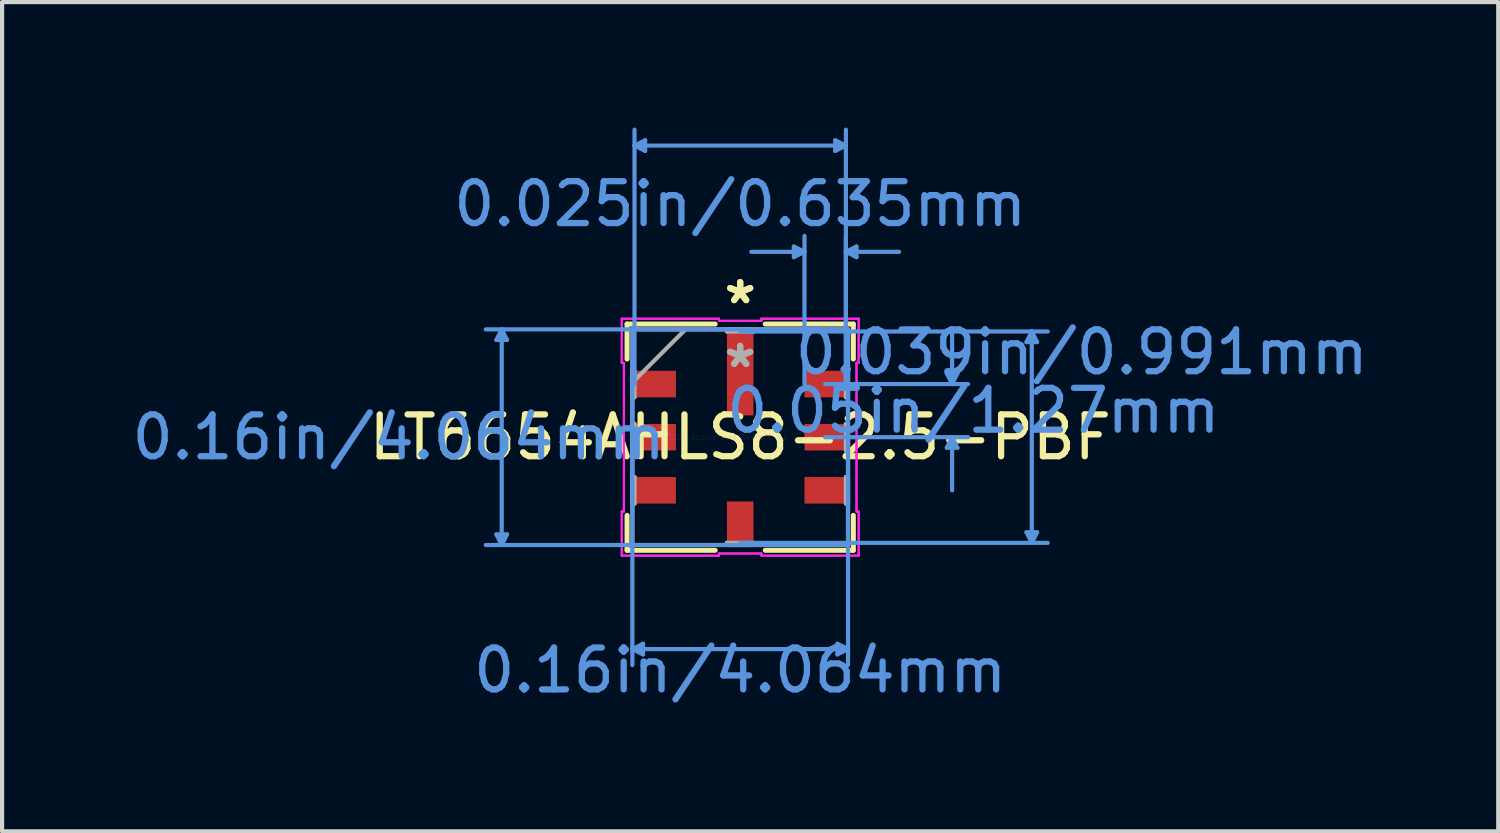
<source format=kicad_pcb>
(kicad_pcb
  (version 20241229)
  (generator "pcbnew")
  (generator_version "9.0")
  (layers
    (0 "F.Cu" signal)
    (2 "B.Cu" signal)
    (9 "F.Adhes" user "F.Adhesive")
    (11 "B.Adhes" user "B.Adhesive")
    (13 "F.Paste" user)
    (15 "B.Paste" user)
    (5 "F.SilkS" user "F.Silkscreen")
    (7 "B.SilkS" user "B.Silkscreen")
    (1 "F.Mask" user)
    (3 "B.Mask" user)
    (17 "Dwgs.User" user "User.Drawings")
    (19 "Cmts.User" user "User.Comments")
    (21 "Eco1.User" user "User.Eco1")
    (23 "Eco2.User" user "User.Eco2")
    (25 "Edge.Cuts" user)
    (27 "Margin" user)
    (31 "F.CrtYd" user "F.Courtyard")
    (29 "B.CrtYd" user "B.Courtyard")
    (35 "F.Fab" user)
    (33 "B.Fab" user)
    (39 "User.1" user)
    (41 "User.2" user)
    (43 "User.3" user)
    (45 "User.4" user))
  (footprint "LT6654AHLS8-2.5-PBF"
    (layer "F.Cu")
    (at 14.648 7.403)
    (property "Reference" "LT6654AHLS8-2.5-PBF" (at 0 0 0) (layer "F.SilkS") (effects (font (size 1 1) (thickness 0.15))))
    (attr through_hole)
    (fp_line (start -2.705 -2.705) (end -2.705 -1.869) (stroke (width 0.12) (type solid)) (layer "F.SilkS"))
    (fp_line (start -2.705 1.869) (end -2.705 2.705) (stroke (width 0.12) (type solid)) (layer "F.SilkS"))
    (fp_line (start -2.705 2.705) (end -0.599 2.705) (stroke (width 0.12) (type solid)) (layer "F.SilkS"))
    (fp_line (start -0.599 -2.705) (end -2.705 -2.705) (stroke (width 0.12) (type solid)) (layer "F.SilkS"))
    (fp_line (start 0.599 2.705) (end 2.705 2.705) (stroke (width 0.12) (type solid)) (layer "F.SilkS"))
    (fp_line (start 2.705 -2.705) (end 0.599 -2.705) (stroke (width 0.12) (type solid)) (layer "F.SilkS"))
    (fp_line (start 2.705 -1.869) (end 2.705 -2.705) (stroke (width 0.12) (type solid)) (layer "F.SilkS"))
    (fp_line (start 2.705 2.705) (end 2.705 1.869) (stroke (width 0.12) (type solid)) (layer "F.SilkS"))
    (fp_line (start -5.829 -2.324) (end -5.575 -2.324) (stroke (width 0.1) (type solid)) (layer "Cmts.User"))
    (fp_line (start -5.829 2.324) (end -5.575 2.324) (stroke (width 0.1) (type solid)) (layer "Cmts.User"))
    (fp_line (start -5.702 -2.578) (end -5.829 -2.324) (stroke (width 0.1) (type solid)) (layer "Cmts.User"))
    (fp_line (start -5.702 -2.578) (end -5.702 2.578) (stroke (width 0.1) (type solid)) (layer "Cmts.User"))
    (fp_line (start -5.702 -2.578) (end -5.575 -2.324) (stroke (width 0.1) (type solid)) (layer "Cmts.User"))
    (fp_line (start -5.702 2.578) (end -5.829 2.324) (stroke (width 0.1) (type solid)) (layer "Cmts.User"))
    (fp_line (start -5.702 2.578) (end -5.575 2.324) (stroke (width 0.1) (type solid)) (layer "Cmts.User"))
    (fp_line (start -2.578 -2.578) (end -2.578 5.448) (stroke (width 0.1) (type solid)) (layer "Cmts.User"))
    (fp_line (start -2.578 5.067) (end -2.324 4.94) (stroke (width 0.1) (type solid)) (layer "Cmts.User"))
    (fp_line (start -2.578 5.067) (end -2.324 5.194) (stroke (width 0.1) (type solid)) (layer "Cmts.User"))
    (fp_line (start -2.578 5.067) (end 2.578 5.067) (stroke (width 0.1) (type solid)) (layer "Cmts.User"))
    (fp_line (start -2.527 -6.972) (end -2.273 -7.099) (stroke (width 0.1) (type solid)) (layer "Cmts.User"))
    (fp_line (start -2.527 -6.972) (end -2.273 -6.845) (stroke (width 0.1) (type solid)) (layer "Cmts.User"))
    (fp_line (start -2.527 -6.972) (end 2.527 -6.972) (stroke (width 0.1) (type solid)) (layer "Cmts.User"))
    (fp_line (start -2.527 -1.27) (end -2.527 -7.353) (stroke (width 0.1) (type solid)) (layer "Cmts.User"))
    (fp_line (start -2.324 4.94) (end -2.324 5.194) (stroke (width 0.1) (type solid)) (layer "Cmts.User"))
    (fp_line (start -2.273 -7.099) (end -2.273 -6.845) (stroke (width 0.1) (type solid)) (layer "Cmts.User"))
    (fp_line (start 0 -2.527) (end 7.353 -2.527) (stroke (width 0.1) (type solid)) (layer "Cmts.User"))
    (fp_line (start 0 2.527) (end 7.353 2.527) (stroke (width 0.1) (type solid)) (layer "Cmts.User"))
    (fp_line (start 1.283 -4.559) (end 1.283 -4.305) (stroke (width 0.1) (type solid)) (layer "Cmts.User"))
    (fp_line (start 1.537 -4.432) (end 0.267 -4.432) (stroke (width 0.1) (type solid)) (layer "Cmts.User"))
    (fp_line (start 1.537 -4.432) (end 1.283 -4.559) (stroke (width 0.1) (type solid)) (layer "Cmts.User"))
    (fp_line (start 1.537 -4.432) (end 1.283 -4.305) (stroke (width 0.1) (type solid)) (layer "Cmts.User"))
    (fp_line (start 1.537 -1.27) (end 1.537 -4.813) (stroke (width 0.1) (type solid)) (layer "Cmts.User"))
    (fp_line (start 2.032 -1.27) (end 5.448 -1.27) (stroke (width 0.1) (type solid)) (layer "Cmts.User"))
    (fp_line (start 2.032 0) (end 5.448 0) (stroke (width 0.1) (type solid)) (layer "Cmts.User"))
    (fp_line (start 2.273 -7.099) (end 2.273 -6.845) (stroke (width 0.1) (type solid)) (layer "Cmts.User"))
    (fp_line (start 2.324 4.94) (end 2.324 5.194) (stroke (width 0.1) (type solid)) (layer "Cmts.User"))
    (fp_line (start 2.527 -6.972) (end 2.273 -7.099) (stroke (width 0.1) (type solid)) (layer "Cmts.User"))
    (fp_line (start 2.527 -6.972) (end 2.273 -6.845) (stroke (width 0.1) (type solid)) (layer "Cmts.User"))
    (fp_line (start 2.527 -4.432) (end 2.781 -4.559) (stroke (width 0.1) (type solid)) (layer "Cmts.User"))
    (fp_line (start 2.527 -4.432) (end 2.781 -4.305) (stroke (width 0.1) (type solid)) (layer "Cmts.User"))
    (fp_line (start 2.527 -4.432) (end 3.797 -4.432) (stroke (width 0.1) (type solid)) (layer "Cmts.User"))
    (fp_line (start 2.527 -1.27) (end 2.527 -7.353) (stroke (width 0.1) (type solid)) (layer "Cmts.User"))
    (fp_line (start 2.527 -1.27) (end 2.527 -4.813) (stroke (width 0.1) (type solid)) (layer "Cmts.User"))
    (fp_line (start 2.578 -2.578) (end -6.083 -2.578) (stroke (width 0.1) (type solid)) (layer "Cmts.User"))
    (fp_line (start 2.578 -2.578) (end 2.578 5.448) (stroke (width 0.1) (type solid)) (layer "Cmts.User"))
    (fp_line (start 2.578 2.578) (end -6.083 2.578) (stroke (width 0.1) (type solid)) (layer "Cmts.User"))
    (fp_line (start 2.578 5.067) (end 2.324 4.94) (stroke (width 0.1) (type solid)) (layer "Cmts.User"))
    (fp_line (start 2.578 5.067) (end 2.324 5.194) (stroke (width 0.1) (type solid)) (layer "Cmts.User"))
    (fp_line (start 2.781 -4.559) (end 2.781 -4.305) (stroke (width 0.1) (type solid)) (layer "Cmts.User"))
    (fp_line (start 4.94 -1.524) (end 5.194 -1.524) (stroke (width 0.1) (type solid)) (layer "Cmts.User"))
    (fp_line (start 4.94 0.254) (end 5.194 0.254) (stroke (width 0.1) (type solid)) (layer "Cmts.User"))
    (fp_line (start 5.067 -1.27) (end 4.94 -1.524) (stroke (width 0.1) (type solid)) (layer "Cmts.User"))
    (fp_line (start 5.067 -1.27) (end 5.067 -2.54) (stroke (width 0.1) (type solid)) (layer "Cmts.User"))
    (fp_line (start 5.067 -1.27) (end 5.194 -1.524) (stroke (width 0.1) (type solid)) (layer "Cmts.User"))
    (fp_line (start 5.067 0) (end 4.94 0.254) (stroke (width 0.1) (type solid)) (layer "Cmts.User"))
    (fp_line (start 5.067 0) (end 5.067 1.27) (stroke (width 0.1) (type solid)) (layer "Cmts.User"))
    (fp_line (start 5.067 0) (end 5.194 0.254) (stroke (width 0.1) (type solid)) (layer "Cmts.User"))
    (fp_line (start 6.845 -2.273) (end 7.099 -2.273) (stroke (width 0.1) (type solid)) (layer "Cmts.User"))
    (fp_line (start 6.845 2.273) (end 7.099 2.273) (stroke (width 0.1) (type solid)) (layer "Cmts.User"))
    (fp_line (start 6.972 -2.527) (end 6.845 -2.273) (stroke (width 0.1) (type solid)) (layer "Cmts.User"))
    (fp_line (start 6.972 -2.527) (end 6.972 2.527) (stroke (width 0.1) (type solid)) (layer "Cmts.User"))
    (fp_line (start 6.972 -2.527) (end 7.099 -2.273) (stroke (width 0.1) (type solid)) (layer "Cmts.User"))
    (fp_line (start 6.972 2.527) (end 6.845 2.273) (stroke (width 0.1) (type solid)) (layer "Cmts.User"))
    (fp_line (start 6.972 2.527) (end 7.099 2.273) (stroke (width 0.1) (type solid)) (layer "Cmts.User"))
    (fp_line (start -2.832 -2.832) (end -0.508 -2.832) (stroke (width 0.05) (type solid)) (layer "F.CrtYd"))
    (fp_line (start -2.832 -2.832) (end -0.508 -2.832) (stroke (width 0.05) (type solid)) (layer "F.CrtYd"))
    (fp_line (start -2.832 -1.778) (end -2.832 -2.832) (stroke (width 0.05) (type solid)) (layer "F.CrtYd"))
    (fp_line (start -2.832 -1.778) (end -2.832 -2.832) (stroke (width 0.05) (type solid)) (layer "F.CrtYd"))
    (fp_line (start -2.832 1.778) (end -2.781 1.778) (stroke (width 0.05) (type solid)) (layer "F.CrtYd"))
    (fp_line (start -2.832 2.832) (end -2.832 1.778) (stroke (width 0.05) (type solid)) (layer "F.CrtYd"))
    (fp_line (start -2.832 2.832) (end -2.832 1.778) (stroke (width 0.05) (type solid)) (layer "F.CrtYd"))
    (fp_line (start -2.781 -1.778) (end -2.832 -1.778) (stroke (width 0.05) (type solid)) (layer "F.CrtYd"))
    (fp_line (start -2.781 -1.778) (end -2.832 -1.778) (stroke (width 0.05) (type solid)) (layer "F.CrtYd"))
    (fp_line (start -2.781 1.778) (end -2.832 1.778) (stroke (width 0.05) (type solid)) (layer "F.CrtYd"))
    (fp_line (start -2.781 1.778) (end -2.781 -1.778) (stroke (width 0.05) (type solid)) (layer "F.CrtYd"))
    (fp_line (start -2.781 1.778) (end -2.781 -1.778) (stroke (width 0.05) (type solid)) (layer "F.CrtYd"))
    (fp_line (start -0.508 -2.832) (end -0.508 -2.781) (stroke (width 0.05) (type solid)) (layer "F.CrtYd"))
    (fp_line (start -0.508 -2.832) (end -0.508 -2.781) (stroke (width 0.05) (type solid)) (layer "F.CrtYd"))
    (fp_line (start -0.508 -2.781) (end 0.508 -2.781) (stroke (width 0.05) (type solid)) (layer "F.CrtYd"))
    (fp_line (start -0.508 -2.781) (end 0.508 -2.781) (stroke (width 0.05) (type solid)) (layer "F.CrtYd"))
    (fp_line (start -0.508 2.781) (end -0.508 2.832) (stroke (width 0.05) (type solid)) (layer "F.CrtYd"))
    (fp_line (start -0.508 2.781) (end -0.508 2.832) (stroke (width 0.05) (type solid)) (layer "F.CrtYd"))
    (fp_line (start -0.508 2.832) (end -2.832 2.832) (stroke (width 0.05) (type solid)) (layer "F.CrtYd"))
    (fp_line (start -0.508 2.832) (end -2.832 2.832) (stroke (width 0.05) (type solid)) (layer "F.CrtYd"))
    (fp_line (start 0.508 -2.832) (end 2.832 -2.832) (stroke (width 0.05) (type solid)) (layer "F.CrtYd"))
    (fp_line (start 0.508 -2.832) (end 2.832 -2.832) (stroke (width 0.05) (type solid)) (layer "F.CrtYd"))
    (fp_line (start 0.508 -2.781) (end 0.508 -2.832) (stroke (width 0.05) (type solid)) (layer "F.CrtYd"))
    (fp_line (start 0.508 -2.781) (end 0.508 -2.832) (stroke (width 0.05) (type solid)) (layer "F.CrtYd"))
    (fp_line (start 0.508 2.781) (end -0.508 2.781) (stroke (width 0.05) (type solid)) (layer "F.CrtYd"))
    (fp_line (start 0.508 2.781) (end -0.508 2.781) (stroke (width 0.05) (type solid)) (layer "F.CrtYd"))
    (fp_line (start 0.508 2.832) (end 0.508 2.781) (stroke (width 0.05) (type solid)) (layer "F.CrtYd"))
    (fp_line (start 0.508 2.832) (end 0.508 2.781) (stroke (width 0.05) (type solid)) (layer "F.CrtYd"))
    (fp_line (start 2.781 -1.778) (end 2.781 1.778) (stroke (width 0.05) (type solid)) (layer "F.CrtYd"))
    (fp_line (start 2.781 -1.778) (end 2.781 1.778) (stroke (width 0.05) (type solid)) (layer "F.CrtYd"))
    (fp_line (start 2.781 1.778) (end 2.832 1.778) (stroke (width 0.05) (type solid)) (layer "F.CrtYd"))
    (fp_line (start 2.781 1.778) (end 2.832 1.778) (stroke (width 0.05) (type solid)) (layer "F.CrtYd"))
    (fp_line (start 2.832 -2.832) (end 2.832 -1.778) (stroke (width 0.05) (type solid)) (layer "F.CrtYd"))
    (fp_line (start 2.832 -2.832) (end 2.832 -1.778) (stroke (width 0.05) (type solid)) (layer "F.CrtYd"))
    (fp_line (start 2.832 -1.778) (end 2.781 -1.778) (stroke (width 0.05) (type solid)) (layer "F.CrtYd"))
    (fp_line (start 2.832 -1.778) (end 2.781 -1.778) (stroke (width 0.05) (type solid)) (layer "F.CrtYd"))
    (fp_line (start 2.832 1.778) (end 2.832 2.832) (stroke (width 0.05) (type solid)) (layer "F.CrtYd"))
    (fp_line (start 2.832 1.778) (end 2.832 2.832) (stroke (width 0.05) (type solid)) (layer "F.CrtYd"))
    (fp_line (start 2.832 2.832) (end 0.508 2.832) (stroke (width 0.05) (type solid)) (layer "F.CrtYd"))
    (fp_line (start 2.832 2.832) (end 0.508 2.832) (stroke (width 0.05) (type solid)) (layer "F.CrtYd"))
    (fp_line (start -2.578 -2.578) (end -2.578 2.578) (stroke (width 0.1) (type solid)) (layer "F.Fab"))
    (fp_line (start -2.578 -1.587) (end -2.527 -1.587) (stroke (width 0.1) (type solid)) (layer "F.Fab"))
    (fp_line (start -2.578 -1.308) (end -1.308 -2.578) (stroke (width 0.1) (type solid)) (layer "F.Fab"))
    (fp_line (start -2.578 -0.953) (end -2.578 -1.587) (stroke (width 0.1) (type solid)) (layer "F.Fab"))
    (fp_line (start -2.578 -0.318) (end -2.527 -0.318) (stroke (width 0.1) (type solid)) (layer "F.Fab"))
    (fp_line (start -2.578 0.318) (end -2.578 -0.318) (stroke (width 0.1) (type solid)) (layer "F.Fab"))
    (fp_line (start -2.578 0.953) (end -2.527 0.953) (stroke (width 0.1) (type solid)) (layer "F.Fab"))
    (fp_line (start -2.578 1.587) (end -2.578 0.953) (stroke (width 0.1) (type solid)) (layer "F.Fab"))
    (fp_line (start -2.578 2.578) (end 2.578 2.578) (stroke (width 0.1) (type solid)) (layer "F.Fab"))
    (fp_line (start -2.527 -1.587) (end -2.527 -0.953) (stroke (width 0.1) (type solid)) (layer "F.Fab"))
    (fp_line (start -2.527 -0.953) (end -2.578 -0.953) (stroke (width 0.1) (type solid)) (layer "F.Fab"))
    (fp_line (start -2.527 -0.318) (end -2.527 0.318) (stroke (width 0.1) (type solid)) (layer "F.Fab"))
    (fp_line (start -2.527 0.318) (end -2.578 0.318) (stroke (width 0.1) (type solid)) (layer "F.Fab"))
    (fp_line (start -2.527 0.953) (end -2.527 1.587) (stroke (width 0.1) (type solid)) (layer "F.Fab"))
    (fp_line (start -2.527 1.587) (end -2.578 1.587) (stroke (width 0.1) (type solid)) (layer "F.Fab"))
    (fp_line (start -0.318 -2.578) (end 0.318 -2.578) (stroke (width 0.1) (type solid)) (layer "F.Fab"))
    (fp_line (start -0.318 -2.527) (end -0.318 -2.578) (stroke (width 0.1) (type solid)) (layer "F.Fab"))
    (fp_line (start -0.318 2.527) (end 0.318 2.527) (stroke (width 0.1) (type solid)) (layer "F.Fab"))
    (fp_line (start -0.318 2.578) (end -0.318 2.527) (stroke (width 0.1) (type solid)) (layer "F.Fab"))
    (fp_line (start 0.318 -2.578) (end 0.318 -2.527) (stroke (width 0.1) (type solid)) (layer "F.Fab"))
    (fp_line (start 0.318 -2.527) (end -0.318 -2.527) (stroke (width 0.1) (type solid)) (layer "F.Fab"))
    (fp_line (start 0.318 2.527) (end 0.318 2.578) (stroke (width 0.1) (type solid)) (layer "F.Fab"))
    (fp_line (start 0.318 2.578) (end -0.318 2.578) (stroke (width 0.1) (type solid)) (layer "F.Fab"))
    (fp_line (start 2.527 -1.587) (end 2.578 -1.587) (stroke (width 0.1) (type solid)) (layer "F.Fab"))
    (fp_line (start 2.527 -0.953) (end 2.527 -1.587) (stroke (width 0.1) (type solid)) (layer "F.Fab"))
    (fp_line (start 2.527 -0.318) (end 2.578 -0.318) (stroke (width 0.1) (type solid)) (layer "F.Fab"))
    (fp_line (start 2.527 0.318) (end 2.527 -0.318) (stroke (width 0.1) (type solid)) (layer "F.Fab"))
    (fp_line (start 2.527 0.953) (end 2.578 0.953) (stroke (width 0.1) (type solid)) (layer "F.Fab"))
    (fp_line (start 2.527 1.587) (end 2.527 0.953) (stroke (width 0.1) (type solid)) (layer "F.Fab"))
    (fp_line (start 2.578 -2.578) (end -2.578 -2.578) (stroke (width 0.1) (type solid)) (layer "F.Fab"))
    (fp_line (start 2.578 -1.587) (end 2.578 -0.953) (stroke (width 0.1) (type solid)) (layer "F.Fab"))
    (fp_line (start 2.578 -0.953) (end 2.527 -0.953) (stroke (width 0.1) (type solid)) (layer "F.Fab"))
    (fp_line (start 2.578 -0.318) (end 2.578 0.318) (stroke (width 0.1) (type solid)) (layer "F.Fab"))
    (fp_line (start 2.578 0.318) (end 2.527 0.318) (stroke (width 0.1) (type solid)) (layer "F.Fab"))
    (fp_line (start 2.578 0.953) (end 2.578 1.587) (stroke (width 0.1) (type solid)) (layer "F.Fab"))
    (fp_line (start 2.578 1.587) (end 2.527 1.587) (stroke (width 0.1) (type solid)) (layer "F.Fab"))
    (fp_line (start 2.578 2.578) (end 2.578 -2.578) (stroke (width 0.1) (type solid)) (layer "F.Fab"))
    (fp_text user "*" (at 0 -3.162 0) (layer "F.SilkS") (effects (font (size 1 1) (thickness 0.15))))
    (fp_text user "*" (at 0 -3.162 0) (layer "F.SilkS") (effects (font (size 1 1) (thickness 0.15))))
    (fp_text user "0.039in/0.991mm" (at 8.166 -2.032 0) (layer "Cmts.User") (effects (font (size 1 1) (thickness 0.15))))
    (fp_text user "0.16in/4.064mm" (at 0 5.575 0) (layer "Cmts.User") (effects (font (size 1 1) (thickness 0.15))))
    (fp_text user "0.05in/1.27mm" (at 5.575 -0.635 0) (layer "Cmts.User") (effects (font (size 1 1) (thickness 0.15))))
    (fp_text user "Copyright 2021 Accelerated Designs. All rights reserved." (at 0 0 0) (layer "Cmts.User") (effects (font (size 0.127 0.127) (thickness 0.002))))
    (fp_text user "0.025in/0.635mm" (at 0 -5.575 0) (layer "Cmts.User") (effects (font (size 1 1) (thickness 0.15))))
    (fp_text user "0.16in/4.064mm" (at -8.166 0 0) (layer "Cmts.User") (effects (font (size 1 1) (thickness 0.15))))
    (fp_text user "*" (at 0 -1.638 0) (layer "F.Fab") (effects (font (size 1 1) (thickness 0.15))))
    (fp_text user "*" (at 0 -1.638 0) (layer "F.Fab") (effects (font (size 1 1) (thickness 0.15))))
    (pad "1" smd rect (at 0 -1.524) (size 0.635 2.007) (layers "F.Cu" "F.Mask" "F.Paste"))
    (pad "2" smd rect (at -2.032 -1.27 90) (size 0.635 0.991) (layers "F.Cu" "F.Mask" "F.Paste"))
    (pad "3" smd rect (at -2.032 0 90) (size 0.635 0.991) (layers "F.Cu" "F.Mask" "F.Paste"))
    (pad "4" smd rect (at -2.032 1.27 90) (size 0.635 0.991) (layers "F.Cu" "F.Mask" "F.Paste"))
    (pad "5" smd rect (at 0 2.032) (size 0.635 0.991) (layers "F.Cu" "F.Mask" "F.Paste"))
    (pad "6" smd rect (at 2.032 1.27 90) (size 0.635 0.991) (layers "F.Cu" "F.Mask" "F.Paste"))
    (pad "7" smd rect (at 2.032 0 90) (size 0.635 0.991) (layers "F.Cu" "F.Mask" "F.Paste"))
    (pad "8" smd rect (at 2.032 -1.27 90) (size 0.635 0.991) (layers "F.Cu" "F.Mask" "F.Paste")))
  (gr_rect
    (start -3 -3)
    (end 32.773 16.827)
    (stroke (width 0.1) (type default))
    (fill no)
    (layer "Edge.Cuts")))
</source>
